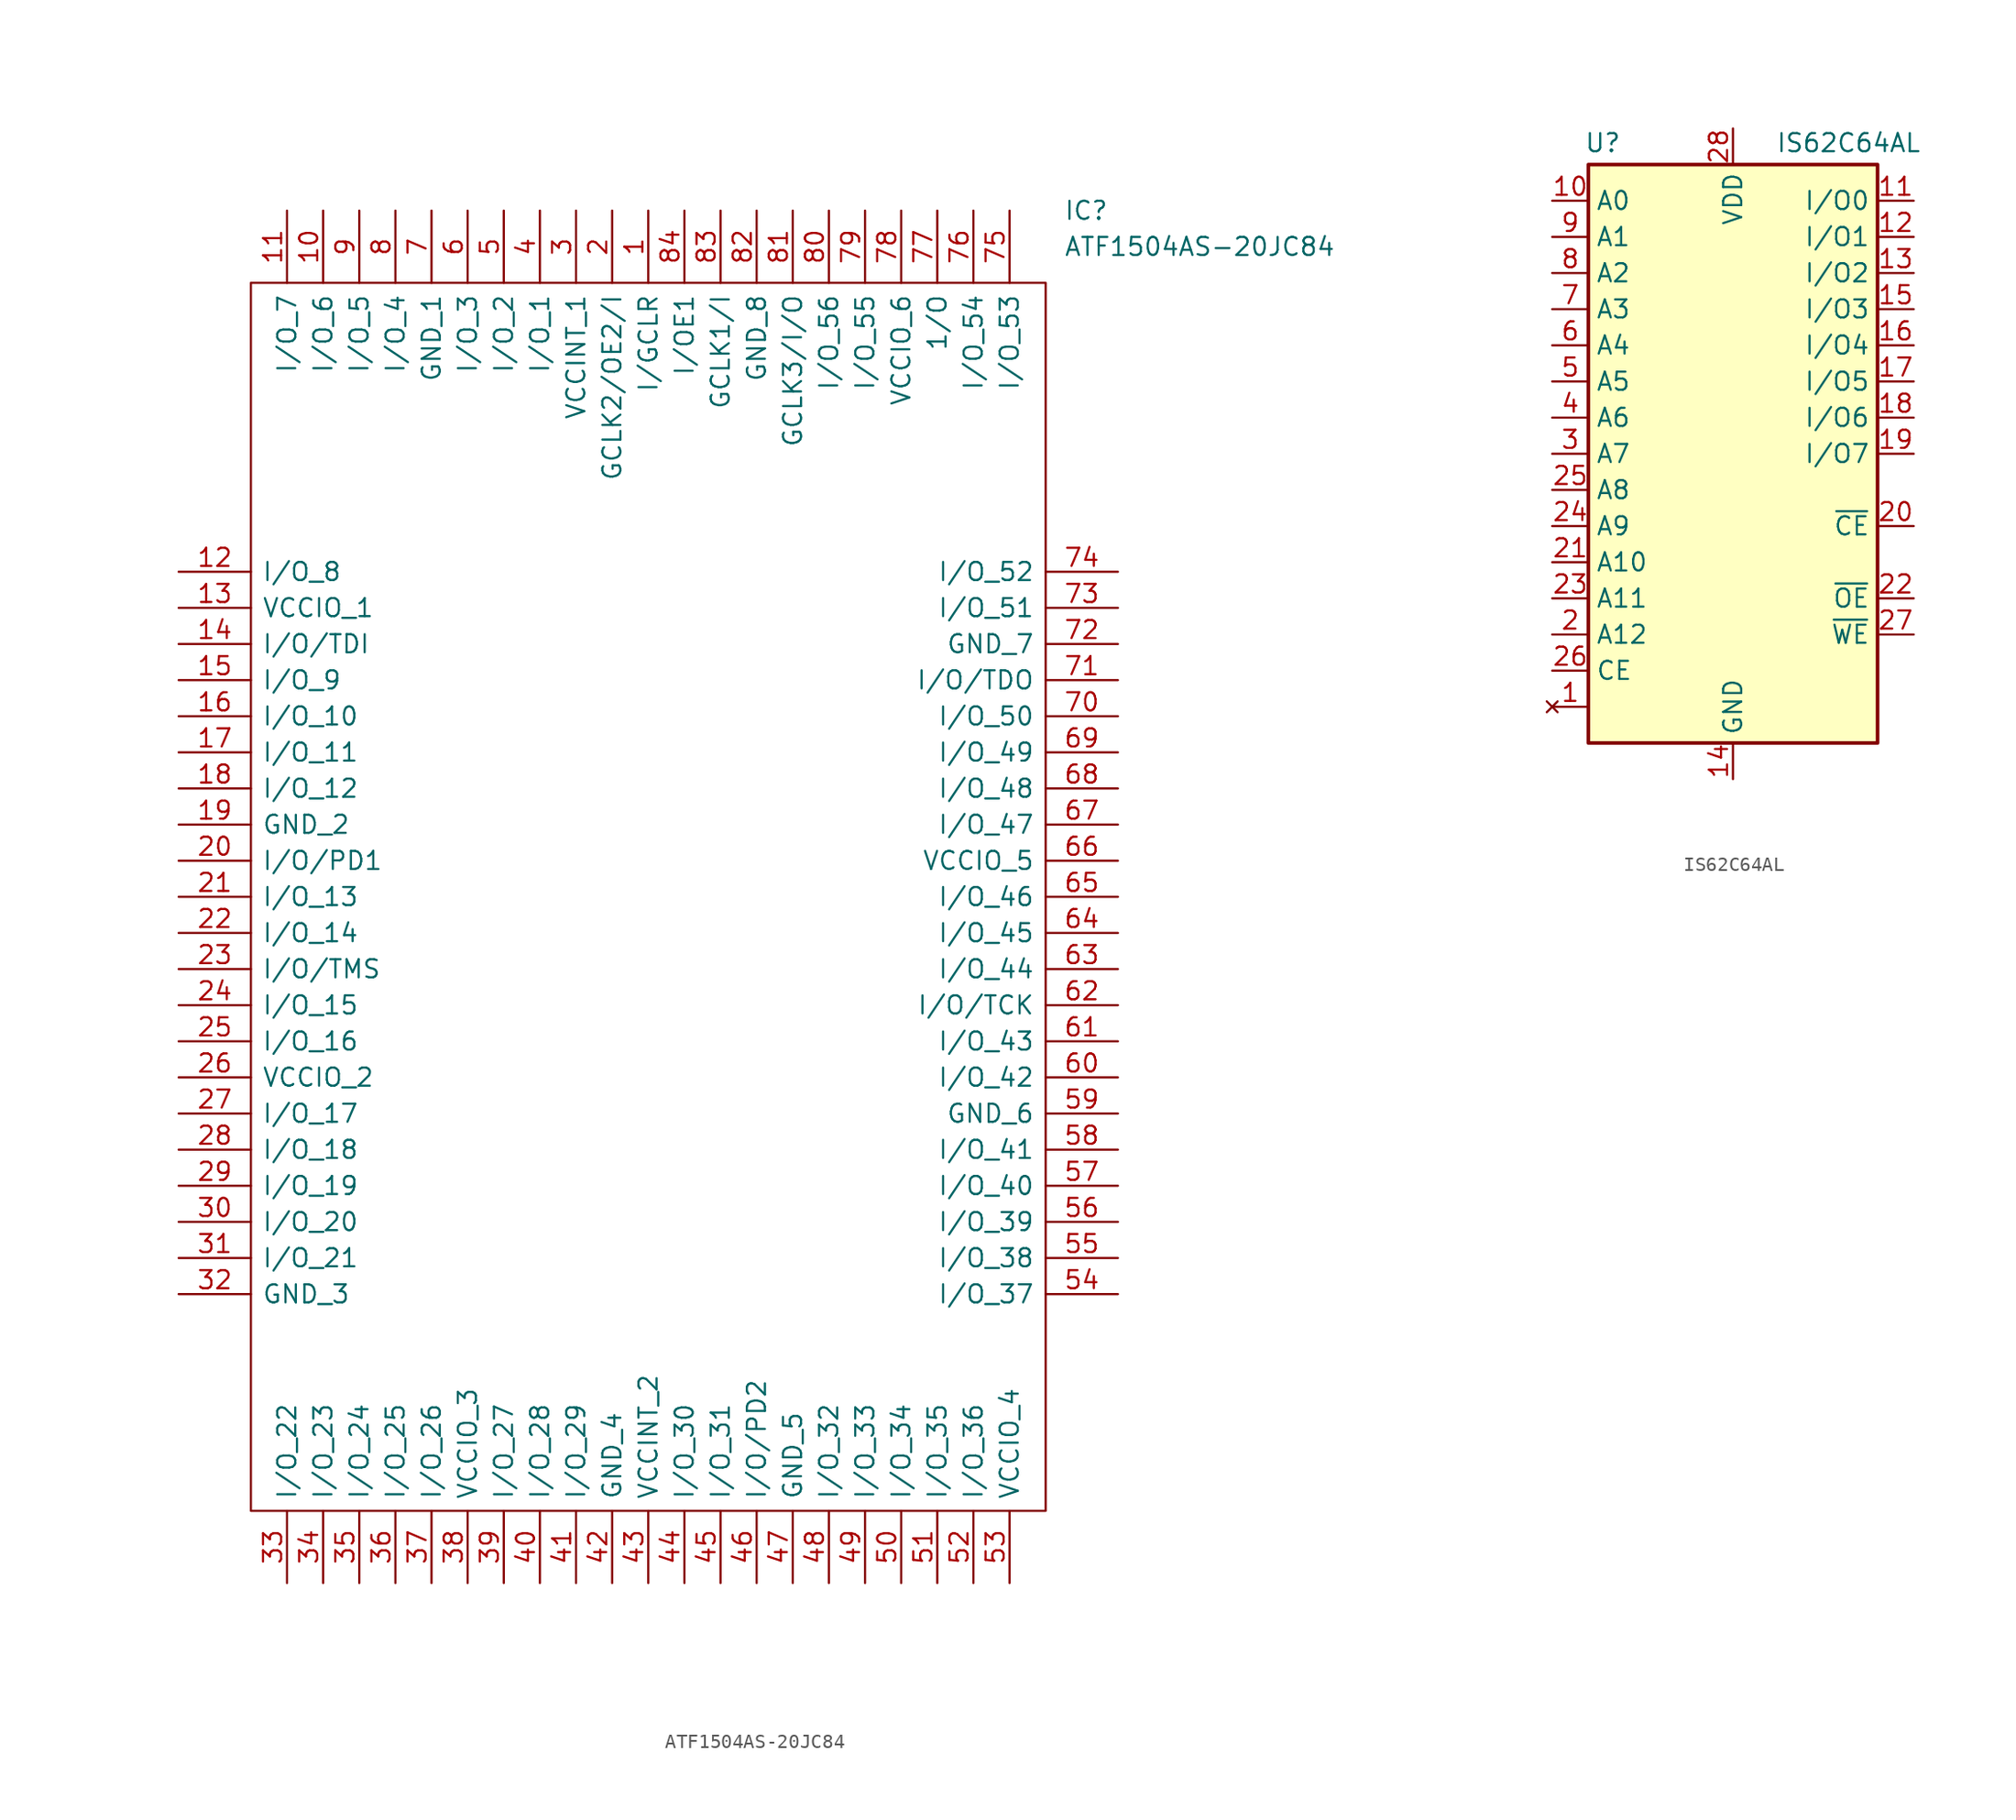
<source format=kicad_sym>
(kicad_symbol_lib
  (version 20241209)
  (generator "kicad_symbol_editor")
  (generator_version "9.0")
  (symbol "ATF1504AS-20JC84"
    (pin_names
      (offset 0.762))
    (property "Reference" "IC"
      (at 62.23 25.4 0)
      (effects (font (size 1.27 1.27)) (justify left)))
    (property "Value" "ATF1504AS-20JC84"
      (at 62.23 22.86 0)
      (effects (font (size 1.27 1.27)) (justify left)))
    (symbol "ATF1504AS-20JC84_0_0"
      (pin passive line (at 0 0 0) (length 5.08) (name "I/O_8" (effects (font (size 1.27 1.27)))) (number "12" (effects (font (size 1.27 1.27)))))
      (pin passive line (at 0 -2.54 0) (length 5.08) (name "VCCIO_1" (effects (font (size 1.27 1.27)))) (number "13" (effects (font (size 1.27 1.27)))))
      (pin passive line (at 0 -5.08 0) (length 5.08) (name "I/O/TDI" (effects (font (size 1.27 1.27)))) (number "14" (effects (font (size 1.27 1.27)))))
      (pin passive line (at 0 -7.62 0) (length 5.08) (name "I/O_9" (effects (font (size 1.27 1.27)))) (number "15" (effects (font (size 1.27 1.27)))))
      (pin passive line (at 0 -10.16 0) (length 5.08) (name "I/O_10" (effects (font (size 1.27 1.27)))) (number "16" (effects (font (size 1.27 1.27)))))
      (pin passive line (at 0 -12.7 0) (length 5.08) (name "I/O_11" (effects (font (size 1.27 1.27)))) (number "17" (effects (font (size 1.27 1.27)))))
      (pin passive line (at 0 -15.24 0) (length 5.08) (name "I/O_12" (effects (font (size 1.27 1.27)))) (number "18" (effects (font (size 1.27 1.27)))))
      (pin passive line (at 0 -17.78 0) (length 5.08) (name "GND_2" (effects (font (size 1.27 1.27)))) (number "19" (effects (font (size 1.27 1.27)))))
      (pin passive line (at 0 -20.32 0) (length 5.08) (name "I/O/PD1" (effects (font (size 1.27 1.27)))) (number "20" (effects (font (size 1.27 1.27)))))
      (pin passive line (at 0 -22.86 0) (length 5.08) (name "I/O_13" (effects (font (size 1.27 1.27)))) (number "21" (effects (font (size 1.27 1.27)))))
      (pin passive line (at 0 -25.4 0) (length 5.08) (name "I/O_14" (effects (font (size 1.27 1.27)))) (number "22" (effects (font (size 1.27 1.27)))))
      (pin passive line (at 0 -27.94 0) (length 5.08) (name "I/O/TMS" (effects (font (size 1.27 1.27)))) (number "23" (effects (font (size 1.27 1.27)))))
      (pin passive line (at 0 -30.48 0) (length 5.08) (name "I/O_15" (effects (font (size 1.27 1.27)))) (number "24" (effects (font (size 1.27 1.27)))))
      (pin passive line (at 0 -33.02 0) (length 5.08) (name "I/O_16" (effects (font (size 1.27 1.27)))) (number "25" (effects (font (size 1.27 1.27)))))
      (pin passive line (at 0 -35.56 0) (length 5.08) (name "VCCIO_2" (effects (font (size 1.27 1.27)))) (number "26" (effects (font (size 1.27 1.27)))))
      (pin passive line (at 0 -38.1 0) (length 5.08) (name "I/O_17" (effects (font (size 1.27 1.27)))) (number "27" (effects (font (size 1.27 1.27)))))
      (pin passive line (at 0 -40.64 0) (length 5.08) (name "I/O_18" (effects (font (size 1.27 1.27)))) (number "28" (effects (font (size 1.27 1.27)))))
      (pin passive line (at 0 -43.18 0) (length 5.08) (name "I/O_19" (effects (font (size 1.27 1.27)))) (number "29" (effects (font (size 1.27 1.27)))))
      (pin passive line (at 0 -45.72 0) (length 5.08) (name "I/O_20" (effects (font (size 1.27 1.27)))) (number "30" (effects (font (size 1.27 1.27)))))
      (pin passive line (at 0 -48.26 0) (length 5.08) (name "I/O_21" (effects (font (size 1.27 1.27)))) (number "31" (effects (font (size 1.27 1.27)))))
      (pin passive line (at 0 -50.8 0) (length 5.08) (name "GND_3" (effects (font (size 1.27 1.27)))) (number "32" (effects (font (size 1.27 1.27)))))
      (pin passive line (at 7.62 25.4 270) (length 5.08) (name "I/O_7" (effects (font (size 1.27 1.27)))) (number "11" (effects (font (size 1.27 1.27)))))
      (pin passive line (at 7.62 -71.12 90) (length 5.08) (name "I/O_22" (effects (font (size 1.27 1.27)))) (number "33" (effects (font (size 1.27 1.27)))))
      (pin passive line (at 10.16 25.4 270) (length 5.08) (name "I/O_6" (effects (font (size 1.27 1.27)))) (number "10" (effects (font (size 1.27 1.27)))))
      (pin passive line (at 10.16 -71.12 90) (length 5.08) (name "I/O_23" (effects (font (size 1.27 1.27)))) (number "34" (effects (font (size 1.27 1.27)))))
      (pin passive line (at 12.7 25.4 270) (length 5.08) (name "I/O_5" (effects (font (size 1.27 1.27)))) (number "9" (effects (font (size 1.27 1.27)))))
      (pin passive line (at 12.7 -71.12 90) (length 5.08) (name "I/O_24" (effects (font (size 1.27 1.27)))) (number "35" (effects (font (size 1.27 1.27)))))
      (pin passive line (at 15.24 25.4 270) (length 5.08) (name "I/O_4" (effects (font (size 1.27 1.27)))) (number "8" (effects (font (size 1.27 1.27)))))
      (pin passive line (at 15.24 -71.12 90) (length 5.08) (name "I/O_25" (effects (font (size 1.27 1.27)))) (number "36" (effects (font (size 1.27 1.27)))))
      (pin passive line (at 17.78 25.4 270) (length 5.08) (name "GND_1" (effects (font (size 1.27 1.27)))) (number "7" (effects (font (size 1.27 1.27)))))
      (pin passive line (at 17.78 -71.12 90) (length 5.08) (name "I/O_26" (effects (font (size 1.27 1.27)))) (number "37" (effects (font (size 1.27 1.27)))))
      (pin passive line (at 20.32 25.4 270) (length 5.08) (name "I/O_3" (effects (font (size 1.27 1.27)))) (number "6" (effects (font (size 1.27 1.27)))))
      (pin passive line (at 20.32 -71.12 90) (length 5.08) (name "VCCIO_3" (effects (font (size 1.27 1.27)))) (number "38" (effects (font (size 1.27 1.27)))))
      (pin passive line (at 22.86 25.4 270) (length 5.08) (name "I/O_2" (effects (font (size 1.27 1.27)))) (number "5" (effects (font (size 1.27 1.27)))))
      (pin passive line (at 22.86 -71.12 90) (length 5.08) (name "I/O_27" (effects (font (size 1.27 1.27)))) (number "39" (effects (font (size 1.27 1.27)))))
      (pin passive line (at 25.4 25.4 270) (length 5.08) (name "I/O_1" (effects (font (size 1.27 1.27)))) (number "4" (effects (font (size 1.27 1.27)))))
      (pin passive line (at 25.4 -71.12 90) (length 5.08) (name "I/O_28" (effects (font (size 1.27 1.27)))) (number "40" (effects (font (size 1.27 1.27)))))
      (pin passive line (at 27.94 25.4 270) (length 5.08) (name "VCCINT_1" (effects (font (size 1.27 1.27)))) (number "3" (effects (font (size 1.27 1.27)))))
      (pin passive line (at 27.94 -71.12 90) (length 5.08) (name "I/O_29" (effects (font (size 1.27 1.27)))) (number "41" (effects (font (size 1.27 1.27)))))
      (pin passive line (at 30.48 25.4 270) (length 5.08) (name "GCLK2/OE2/I" (effects (font (size 1.27 1.27)))) (number "2" (effects (font (size 1.27 1.27)))))
      (pin passive line (at 30.48 -71.12 90) (length 5.08) (name "GND_4" (effects (font (size 1.27 1.27)))) (number "42" (effects (font (size 1.27 1.27)))))
      (pin passive line (at 33.02 25.4 270) (length 5.08) (name "I/GCLR" (effects (font (size 1.27 1.27)))) (number "1" (effects (font (size 1.27 1.27)))))
      (pin passive line (at 33.02 -71.12 90) (length 5.08) (name "VCCINT_2" (effects (font (size 1.27 1.27)))) (number "43" (effects (font (size 1.27 1.27)))))
      (pin passive line (at 35.56 25.4 270) (length 5.08) (name "I/OE1" (effects (font (size 1.27 1.27)))) (number "84" (effects (font (size 1.27 1.27)))))
      (pin passive line (at 35.56 -71.12 90) (length 5.08) (name "I/O_30" (effects (font (size 1.27 1.27)))) (number "44" (effects (font (size 1.27 1.27)))))
      (pin passive line (at 38.1 25.4 270) (length 5.08) (name "GCLK1/I" (effects (font (size 1.27 1.27)))) (number "83" (effects (font (size 1.27 1.27)))))
      (pin passive line (at 38.1 -71.12 90) (length 5.08) (name "I/O_31" (effects (font (size 1.27 1.27)))) (number "45" (effects (font (size 1.27 1.27)))))
      (pin passive line (at 40.64 25.4 270) (length 5.08) (name "GND_8" (effects (font (size 1.27 1.27)))) (number "82" (effects (font (size 1.27 1.27)))))
      (pin passive line (at 40.64 -71.12 90) (length 5.08) (name "I/O/PD2" (effects (font (size 1.27 1.27)))) (number "46" (effects (font (size 1.27 1.27)))))
      (pin passive line (at 43.18 25.4 270) (length 5.08) (name "GCLK3/I/O" (effects (font (size 1.27 1.27)))) (number "81" (effects (font (size 1.27 1.27)))))
      (pin passive line (at 43.18 -71.12 90) (length 5.08) (name "GND_5" (effects (font (size 1.27 1.27)))) (number "47" (effects (font (size 1.27 1.27)))))
      (pin passive line (at 45.72 25.4 270) (length 5.08) (name "I/O_56" (effects (font (size 1.27 1.27)))) (number "80" (effects (font (size 1.27 1.27)))))
      (pin passive line (at 45.72 -71.12 90) (length 5.08) (name "I/O_32" (effects (font (size 1.27 1.27)))) (number "48" (effects (font (size 1.27 1.27)))))
      (pin passive line (at 48.26 25.4 270) (length 5.08) (name "I/O_55" (effects (font (size 1.27 1.27)))) (number "79" (effects (font (size 1.27 1.27)))))
      (pin passive line (at 48.26 -71.12 90) (length 5.08) (name "I/O_33" (effects (font (size 1.27 1.27)))) (number "49" (effects (font (size 1.27 1.27)))))
      (pin passive line (at 50.8 25.4 270) (length 5.08) (name "VCCIO_6" (effects (font (size 1.27 1.27)))) (number "78" (effects (font (size 1.27 1.27)))))
      (pin passive line (at 50.8 -71.12 90) (length 5.08) (name "I/O_34" (effects (font (size 1.27 1.27)))) (number "50" (effects (font (size 1.27 1.27)))))
      (pin passive line (at 53.34 25.4 270) (length 5.08) (name "1/O" (effects (font (size 1.27 1.27)))) (number "77" (effects (font (size 1.27 1.27)))))
      (pin passive line (at 53.34 -71.12 90) (length 5.08) (name "I/O_35" (effects (font (size 1.27 1.27)))) (number "51" (effects (font (size 1.27 1.27)))))
      (pin passive line (at 55.88 25.4 270) (length 5.08) (name "I/O_54" (effects (font (size 1.27 1.27)))) (number "76" (effects (font (size 1.27 1.27)))))
      (pin passive line (at 55.88 -71.12 90) (length 5.08) (name "I/O_36" (effects (font (size 1.27 1.27)))) (number "52" (effects (font (size 1.27 1.27)))))
      (pin passive line (at 58.42 25.4 270) (length 5.08) (name "I/O_53" (effects (font (size 1.27 1.27)))) (number "75" (effects (font (size 1.27 1.27)))))
      (pin passive line (at 58.42 -71.12 90) (length 5.08) (name "VCCIO_4" (effects (font (size 1.27 1.27)))) (number "53" (effects (font (size 1.27 1.27)))))
      (pin passive line (at 66.04 0 180) (length 5.08) (name "I/O_52" (effects (font (size 1.27 1.27)))) (number "74" (effects (font (size 1.27 1.27)))))
      (pin passive line (at 66.04 -2.54 180) (length 5.08) (name "I/O_51" (effects (font (size 1.27 1.27)))) (number "73" (effects (font (size 1.27 1.27)))))
      (pin passive line (at 66.04 -5.08 180) (length 5.08) (name "GND_7" (effects (font (size 1.27 1.27)))) (number "72" (effects (font (size 1.27 1.27)))))
      (pin passive line (at 66.04 -7.62 180) (length 5.08) (name "I/O/TDO" (effects (font (size 1.27 1.27)))) (number "71" (effects (font (size 1.27 1.27)))))
      (pin passive line (at 66.04 -10.16 180) (length 5.08) (name "I/O_50" (effects (font (size 1.27 1.27)))) (number "70" (effects (font (size 1.27 1.27)))))
      (pin passive line (at 66.04 -12.7 180) (length 5.08) (name "I/O_49" (effects (font (size 1.27 1.27)))) (number "69" (effects (font (size 1.27 1.27)))))
      (pin passive line (at 66.04 -15.24 180) (length 5.08) (name "I/O_48" (effects (font (size 1.27 1.27)))) (number "68" (effects (font (size 1.27 1.27)))))
      (pin passive line (at 66.04 -17.78 180) (length 5.08) (name "I/O_47" (effects (font (size 1.27 1.27)))) (number "67" (effects (font (size 1.27 1.27)))))
      (pin passive line (at 66.04 -20.32 180) (length 5.08) (name "VCCIO_5" (effects (font (size 1.27 1.27)))) (number "66" (effects (font (size 1.27 1.27)))))
      (pin passive line (at 66.04 -22.86 180) (length 5.08) (name "I/O_46" (effects (font (size 1.27 1.27)))) (number "65" (effects (font (size 1.27 1.27)))))
      (pin passive line (at 66.04 -25.4 180) (length 5.08) (name "I/O_45" (effects (font (size 1.27 1.27)))) (number "64" (effects (font (size 1.27 1.27)))))
      (pin passive line (at 66.04 -27.94 180) (length 5.08) (name "I/O_44" (effects (font (size 1.27 1.27)))) (number "63" (effects (font (size 1.27 1.27)))))
      (pin passive line (at 66.04 -30.48 180) (length 5.08) (name "I/O/TCK" (effects (font (size 1.27 1.27)))) (number "62" (effects (font (size 1.27 1.27)))))
      (pin passive line (at 66.04 -33.02 180) (length 5.08) (name "I/O_43" (effects (font (size 1.27 1.27)))) (number "61" (effects (font (size 1.27 1.27)))))
      (pin passive line (at 66.04 -35.56 180) (length 5.08) (name "I/O_42" (effects (font (size 1.27 1.27)))) (number "60" (effects (font (size 1.27 1.27)))))
      (pin passive line (at 66.04 -38.1 180) (length 5.08) (name "GND_6" (effects (font (size 1.27 1.27)))) (number "59" (effects (font (size 1.27 1.27)))))
      (pin passive line (at 66.04 -40.64 180) (length 5.08) (name "I/O_41" (effects (font (size 1.27 1.27)))) (number "58" (effects (font (size 1.27 1.27)))))
      (pin passive line (at 66.04 -43.18 180) (length 5.08) (name "I/O_40" (effects (font (size 1.27 1.27)))) (number "57" (effects (font (size 1.27 1.27)))))
      (pin passive line (at 66.04 -45.72 180) (length 5.08) (name "I/O_39" (effects (font (size 1.27 1.27)))) (number "56" (effects (font (size 1.27 1.27)))))
      (pin passive line (at 66.04 -48.26 180) (length 5.08) (name "I/O_38" (effects (font (size 1.27 1.27)))) (number "55" (effects (font (size 1.27 1.27)))))
      (pin passive line (at 66.04 -50.8 180) (length 5.08) (name "I/O_37" (effects (font (size 1.27 1.27)))) (number "54" (effects (font (size 1.27 1.27))))))
    (symbol "ATF1504AS-20JC84_0_1"
      (polyline (pts (xy 5.08 20.32) (xy 60.96 20.32) (xy 60.96 -66.04) (xy 5.08 -66.04) (xy 5.08 20.32)) (stroke (width 0.152) (type solid)) (fill (type none)))))
  (symbol "IS62C64AL"
    (property "Reference" "U"
      (at -9.144 21.844 0)
      (effects (font (size 1.27 1.27))))
    (property "Value" "IS62C64AL"
      (at 8.128 21.844 0)
      (effects (font (size 1.27 1.27))))
    (symbol "IS62C64AL_0_0"
      (pin power_in line (at 0 -22.86 90) (length 2.54) (name "GND" (effects (font (size 1.27 1.27)))) (number "14" (effects (font (size 1.27 1.27))))))
    (symbol "IS62C64AL_0_1"
      (rectangle (start -10.16 20.32) (end 10.16 -20.32) (stroke (width 0.254) (type default)) (fill (type background))))
    (symbol "IS62C64AL_1_0"
      (pin power_in line (at 0 22.86 270) (length 2.54) (name "VDD" (effects (font (size 1.27 1.27)))) (number "28" (effects (font (size 1.27 1.27))))))
    (symbol "IS62C64AL_1_1"
      (pin input line (at -12.7 17.78 0) (length 2.54) (name "A0" (effects (font (size 1.27 1.27)))) (number "10" (effects (font (size 1.27 1.27)))))
      (pin input line (at -12.7 15.24 0) (length 2.54) (name "A1" (effects (font (size 1.27 1.27)))) (number "9" (effects (font (size 1.27 1.27)))))
      (pin input line (at -12.7 12.7 0) (length 2.54) (name "A2" (effects (font (size 1.27 1.27)))) (number "8" (effects (font (size 1.27 1.27)))))
      (pin input line (at -12.7 10.16 0) (length 2.54) (name "A3" (effects (font (size 1.27 1.27)))) (number "7" (effects (font (size 1.27 1.27)))))
      (pin input line (at -12.7 7.62 0) (length 2.54) (name "A4" (effects (font (size 1.27 1.27)))) (number "6" (effects (font (size 1.27 1.27)))))
      (pin input line (at -12.7 5.08 0) (length 2.54) (name "A5" (effects (font (size 1.27 1.27)))) (number "5" (effects (font (size 1.27 1.27)))))
      (pin input line (at -12.7 2.54 0) (length 2.54) (name "A6" (effects (font (size 1.27 1.27)))) (number "4" (effects (font (size 1.27 1.27)))))
      (pin input line (at -12.7 0 0) (length 2.54) (name "A7" (effects (font (size 1.27 1.27)))) (number "3" (effects (font (size 1.27 1.27)))))
      (pin input line (at -12.7 -2.54 0) (length 2.54) (name "A8" (effects (font (size 1.27 1.27)))) (number "25" (effects (font (size 1.27 1.27)))))
      (pin input line (at -12.7 -5.08 0) (length 2.54) (name "A9" (effects (font (size 1.27 1.27)))) (number "24" (effects (font (size 1.27 1.27)))))
      (pin input line (at -12.7 -7.62 0) (length 2.54) (name "A10" (effects (font (size 1.27 1.27)))) (number "21" (effects (font (size 1.27 1.27)))))
      (pin input line (at -12.7 -10.16 0) (length 2.54) (name "A11" (effects (font (size 1.27 1.27)))) (number "23" (effects (font (size 1.27 1.27)))))
      (pin input line (at -12.7 -12.7 0) (length 2.54) (name "A12" (effects (font (size 1.27 1.27)))) (number "2" (effects (font (size 1.27 1.27)))))
      (pin input line (at -12.7 -15.24 0) (length 2.54) (name "CE" (effects (font (size 1.27 1.27)))) (number "26" (effects (font (size 1.27 1.27)))))
      (pin no_connect line (at -12.7 -17.78 0) (length 2.54) (name "" (effects (font (size 1.27 1.27)))) (number "1" (effects (font (size 1.27 1.27)))))
      (pin tri_state line (at 12.7 17.78 180) (length 2.54) (name "I/O0" (effects (font (size 1.27 1.27)))) (number "11" (effects (font (size 1.27 1.27)))))
      (pin tri_state line (at 12.7 15.24 180) (length 2.54) (name "I/O1" (effects (font (size 1.27 1.27)))) (number "12" (effects (font (size 1.27 1.27)))))
      (pin tri_state line (at 12.7 12.7 180) (length 2.54) (name "I/O2" (effects (font (size 1.27 1.27)))) (number "13" (effects (font (size 1.27 1.27)))))
      (pin tri_state line (at 12.7 10.16 180) (length 2.54) (name "I/O3" (effects (font (size 1.27 1.27)))) (number "15" (effects (font (size 1.27 1.27)))))
      (pin tri_state line (at 12.7 7.62 180) (length 2.54) (name "I/O4" (effects (font (size 1.27 1.27)))) (number "16" (effects (font (size 1.27 1.27)))))
      (pin tri_state line (at 12.7 5.08 180) (length 2.54) (name "I/O5" (effects (font (size 1.27 1.27)))) (number "17" (effects (font (size 1.27 1.27)))))
      (pin tri_state line (at 12.7 2.54 180) (length 2.54) (name "I/O6" (effects (font (size 1.27 1.27)))) (number "18" (effects (font (size 1.27 1.27)))))
      (pin tri_state line (at 12.7 0 180) (length 2.54) (name "I/O7" (effects (font (size 1.27 1.27)))) (number "19" (effects (font (size 1.27 1.27)))))
      (pin input line (at 12.7 -5.08 180) (length 2.54) (name "~{CE}" (effects (font (size 1.27 1.27)))) (number "20" (effects (font (size 1.27 1.27)))))
      (pin input line (at 12.7 -10.16 180) (length 2.54) (name "~{OE}" (effects (font (size 1.27 1.27)))) (number "22" (effects (font (size 1.27 1.27)))))
      (pin input line (at 12.7 -12.7 180) (length 2.54) (name "~{WE}" (effects (font (size 1.27 1.27)))) (number "27" (effects (font (size 1.27 1.27))))))))
</source>
